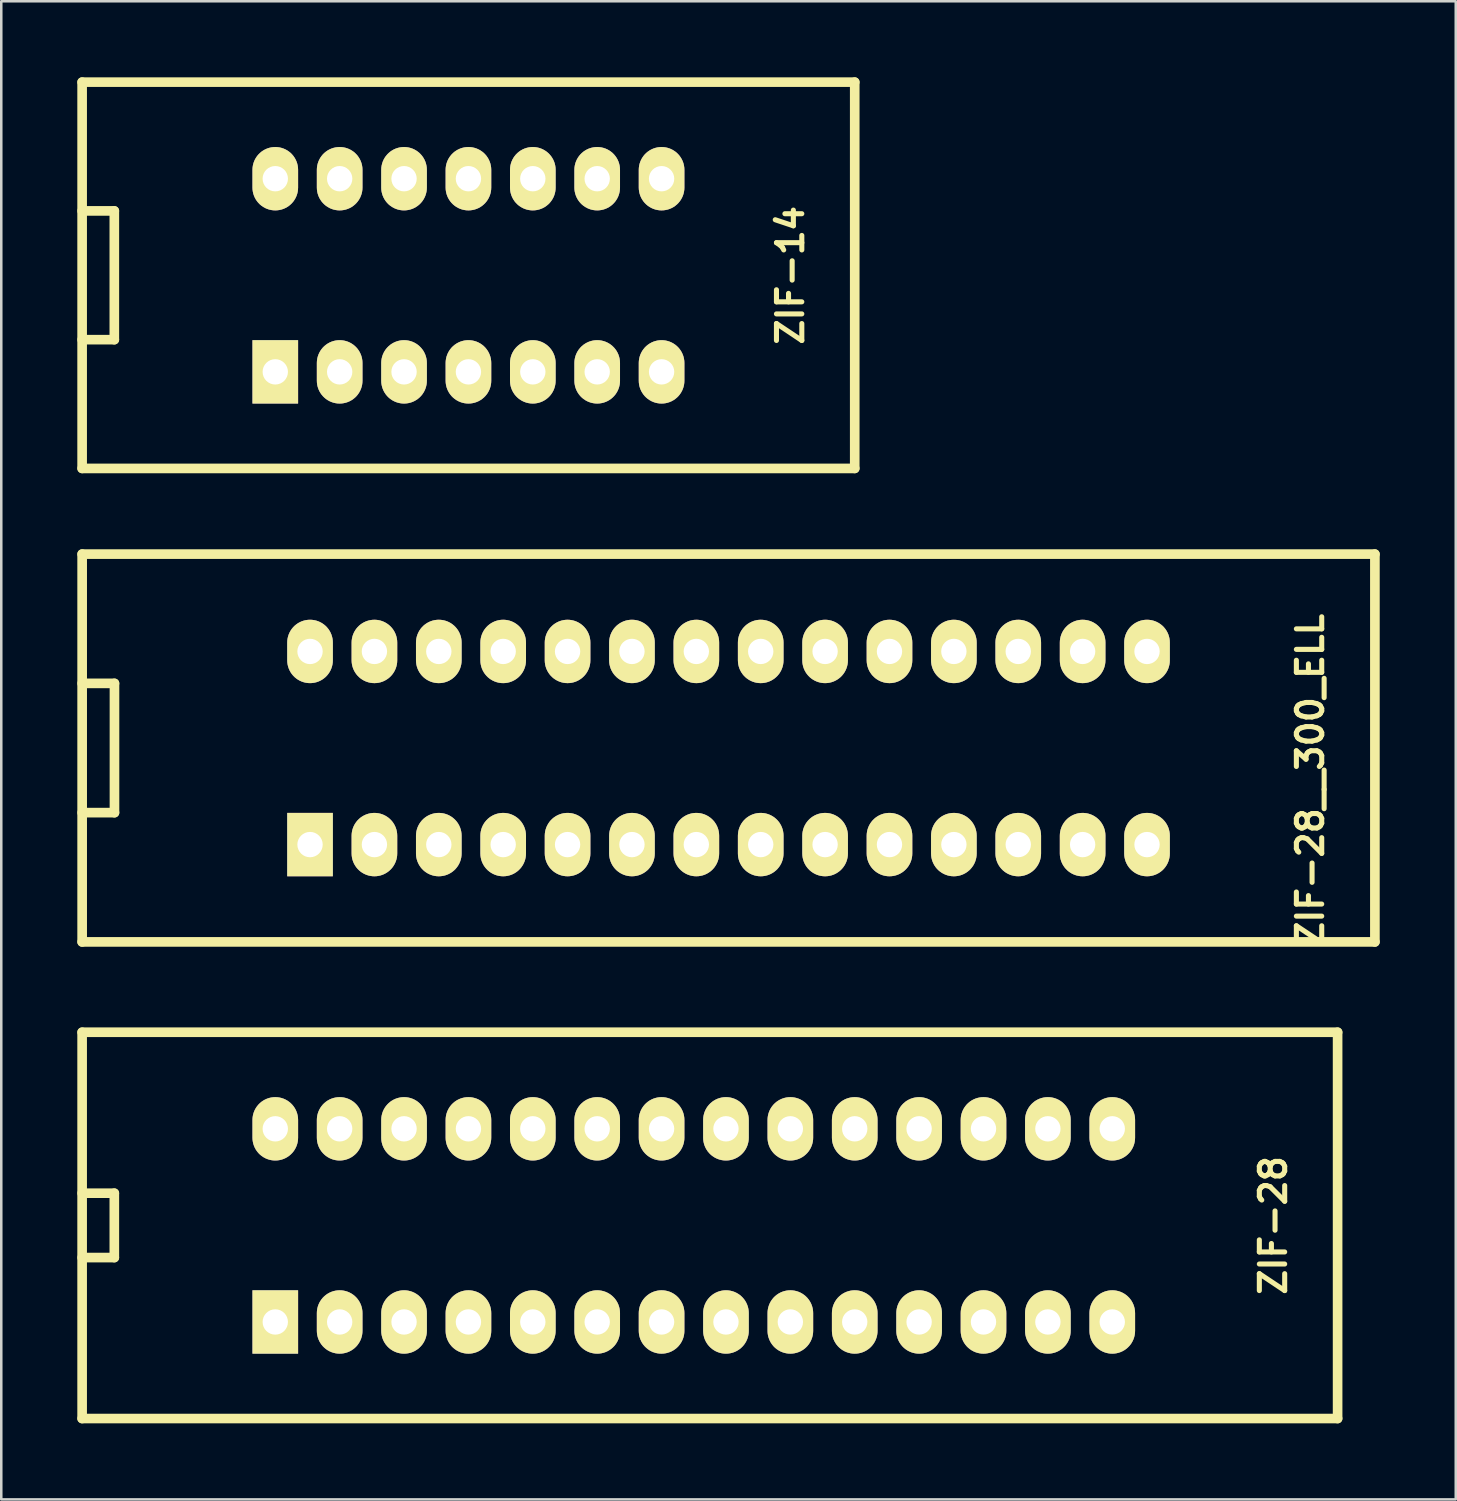
<source format=kicad_pcb>
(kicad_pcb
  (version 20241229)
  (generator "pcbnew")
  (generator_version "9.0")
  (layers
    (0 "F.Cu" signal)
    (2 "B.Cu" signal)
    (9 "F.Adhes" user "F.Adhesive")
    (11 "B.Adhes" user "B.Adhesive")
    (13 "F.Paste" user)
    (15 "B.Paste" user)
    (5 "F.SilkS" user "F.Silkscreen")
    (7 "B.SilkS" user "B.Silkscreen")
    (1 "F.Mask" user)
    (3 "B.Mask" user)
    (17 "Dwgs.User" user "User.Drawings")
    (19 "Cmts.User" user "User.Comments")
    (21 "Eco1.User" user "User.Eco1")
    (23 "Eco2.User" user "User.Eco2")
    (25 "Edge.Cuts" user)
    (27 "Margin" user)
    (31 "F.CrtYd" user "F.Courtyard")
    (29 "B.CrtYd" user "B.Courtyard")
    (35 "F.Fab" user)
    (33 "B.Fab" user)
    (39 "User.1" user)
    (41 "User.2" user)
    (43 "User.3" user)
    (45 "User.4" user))
  (footprint "ZIF-14"
    (layer "F.Cu")
    (at 15.43 7.81)
    (property "Reference" "ZIF-14" (at 12.7 0 90) (layer "F.SilkS") (effects (font (size 1 1) (thickness 0.2))))
    (attr through_hole)
    (fp_line (start -15.24 -7.62) (end 15.24 -7.62) (stroke (width 0.38) (type solid)) (layer "F.SilkS"))
    (fp_line (start -15.24 -2.54) (end -13.97 -2.54) (stroke (width 0.38) (type solid)) (layer "F.SilkS"))
    (fp_line (start -15.24 7.62) (end -15.24 -7.62) (stroke (width 0.38) (type solid)) (layer "F.SilkS"))
    (fp_line (start -13.97 -2.54) (end -13.97 2.54) (stroke (width 0.38) (type solid)) (layer "F.SilkS"))
    (fp_line (start -13.97 2.54) (end -15.24 2.54) (stroke (width 0.38) (type solid)) (layer "F.SilkS"))
    (fp_line (start 15.24 -7.62) (end 15.24 7.62) (stroke (width 0.38) (type solid)) (layer "F.SilkS"))
    (fp_line (start 15.24 7.62) (end -15.24 7.62) (stroke (width 0.38) (type solid)) (layer "F.SilkS"))
    (pad "1" thru_hole rect (at -7.62 3.81) (size 1.8 2.5) (drill 1) (layers "*.Cu" "*.Mask" "F.SilkS"))
    (pad "2" thru_hole oval (at -5.08 3.81) (size 1.8 2.5) (drill 1) (layers "*.Cu" "*.Mask" "F.SilkS"))
    (pad "3" thru_hole oval (at -2.54 3.81) (size 1.8 2.5) (drill 1) (layers "*.Cu" "*.Mask" "F.SilkS"))
    (pad "4" thru_hole oval (at 0 3.81) (size 1.8 2.5) (drill 1) (layers "*.Cu" "*.Mask" "F.SilkS"))
    (pad "5" thru_hole oval (at 2.54 3.81) (size 1.8 2.5) (drill 1) (layers "*.Cu" "*.Mask" "F.SilkS"))
    (pad "6" thru_hole oval (at 5.08 3.81) (size 1.8 2.5) (drill 1) (layers "*.Cu" "*.Mask" "F.SilkS"))
    (pad "7" thru_hole oval (at 7.62 3.81) (size 1.8 2.5) (drill 1) (layers "*.Cu" "*.Mask" "F.SilkS"))
    (pad "8" thru_hole oval (at 7.62 -3.81) (size 1.8 2.5) (drill 1) (layers "*.Cu" "*.Mask" "F.SilkS"))
    (pad "9" thru_hole oval (at 5.08 -3.81) (size 1.8 2.5) (drill 1) (layers "*.Cu" "*.Mask" "F.SilkS"))
    (pad "10" thru_hole oval (at 2.54 -3.81) (size 1.8 2.5) (drill 1) (layers "*.Cu" "*.Mask" "F.SilkS"))
    (pad "11" thru_hole oval (at 0 -3.81) (size 1.8 2.5) (drill 1) (layers "*.Cu" "*.Mask" "F.SilkS"))
    (pad "12" thru_hole oval (at -2.54 -3.81) (size 1.8 2.5) (drill 1) (layers "*.Cu" "*.Mask" "F.SilkS"))
    (pad "13" thru_hole oval (at -5.08 -3.81) (size 1.8 2.5) (drill 1) (layers "*.Cu" "*.Mask" "F.SilkS"))
    (pad "14" thru_hole oval (at -7.62 -3.81) (size 1.8 2.5) (drill 1) (layers "*.Cu" "*.Mask" "F.SilkS")))
  (footprint "ZIF-28__300_ELL"
    (layer "F.Cu")
    (at 25.691 26.46)
    (property "Reference" "ZIF-28__300_ELL" (at 22.95 1.275 90) (layer "F.SilkS") (effects (font (size 1 1) (thickness 0.2))))
    (attr through_hole)
    (fp_line (start -25.5 -7.65) (end 25.5 -7.65) (stroke (width 0.381) (type solid)) (layer "F.SilkS"))
    (fp_line (start -25.5 -2.55) (end -24.225 -2.55) (stroke (width 0.381) (type solid)) (layer "F.SilkS"))
    (fp_line (start -25.5 7.65) (end -25.5 -7.65) (stroke (width 0.381) (type solid)) (layer "F.SilkS"))
    (fp_line (start -24.225 -2.55) (end -24.225 2.55) (stroke (width 0.381) (type solid)) (layer "F.SilkS"))
    (fp_line (start -24.225 2.55) (end -25.5 2.55) (stroke (width 0.381) (type solid)) (layer "F.SilkS"))
    (fp_line (start 25.5 -7.65) (end 25.5 7.65) (stroke (width 0.381) (type solid)) (layer "F.SilkS"))
    (fp_line (start 25.5 7.65) (end -25.5 7.65) (stroke (width 0.381) (type solid)) (layer "F.SilkS"))
    (pad "1" thru_hole rect (at -16.51 3.81) (size 1.8 2.5) (drill 1) (layers "*.Cu" "*.Mask" "F.SilkS"))
    (pad "2" thru_hole oval (at -13.97 3.81) (size 1.8 2.5) (drill 1) (layers "*.Cu" "*.Mask" "F.SilkS"))
    (pad "3" thru_hole oval (at -11.43 3.81) (size 1.8 2.5) (drill 1) (layers "*.Cu" "*.Mask" "F.SilkS"))
    (pad "4" thru_hole oval (at -8.89 3.81) (size 1.8 2.5) (drill 1) (layers "*.Cu" "*.Mask" "F.SilkS"))
    (pad "5" thru_hole oval (at -6.35 3.81) (size 1.8 2.5) (drill 1) (layers "*.Cu" "*.Mask" "F.SilkS"))
    (pad "6" thru_hole oval (at -3.81 3.81) (size 1.8 2.5) (drill 1) (layers "*.Cu" "*.Mask" "F.SilkS"))
    (pad "7" thru_hole oval (at -1.27 3.81) (size 1.8 2.5) (drill 1) (layers "*.Cu" "*.Mask" "F.SilkS"))
    (pad "8" thru_hole oval (at 1.27 3.81) (size 1.8 2.5) (drill 1) (layers "*.Cu" "*.Mask" "F.SilkS"))
    (pad "9" thru_hole oval (at 3.81 3.81) (size 1.8 2.5) (drill 1) (layers "*.Cu" "*.Mask" "F.SilkS"))
    (pad "10" thru_hole oval (at 6.35 3.81) (size 1.8 2.5) (drill 1) (layers "*.Cu" "*.Mask" "F.SilkS"))
    (pad "11" thru_hole oval (at 8.89 3.81) (size 1.8 2.5) (drill 1) (layers "*.Cu" "*.Mask" "F.SilkS"))
    (pad "12" thru_hole oval (at 11.43 3.81) (size 1.8 2.5) (drill 1) (layers "*.Cu" "*.Mask" "F.SilkS"))
    (pad "13" thru_hole oval (at 13.97 3.81) (size 1.8 2.5) (drill 1) (layers "*.Cu" "*.Mask" "F.SilkS"))
    (pad "14" thru_hole oval (at 16.51 3.81) (size 1.8 2.5) (drill 1) (layers "*.Cu" "*.Mask" "F.SilkS"))
    (pad "15" thru_hole oval (at 16.51 -3.81) (size 1.8 2.5) (drill 1) (layers "*.Cu" "*.Mask" "F.SilkS"))
    (pad "16" thru_hole oval (at 13.97 -3.81) (size 1.8 2.5) (drill 1) (layers "*.Cu" "*.Mask" "F.SilkS"))
    (pad "17" thru_hole oval (at 11.43 -3.81) (size 1.8 2.5) (drill 1) (layers "*.Cu" "*.Mask" "F.SilkS"))
    (pad "18" thru_hole oval (at 8.89 -3.81) (size 1.8 2.5) (drill 1) (layers "*.Cu" "*.Mask" "F.SilkS"))
    (pad "19" thru_hole oval (at 6.35 -3.81) (size 1.8 2.5) (drill 1) (layers "*.Cu" "*.Mask" "F.SilkS"))
    (pad "20" thru_hole oval (at 3.81 -3.81) (size 1.8 2.5) (drill 1) (layers "*.Cu" "*.Mask" "F.SilkS"))
    (pad "21" thru_hole oval (at 1.27 -3.81) (size 1.8 2.5) (drill 1) (layers "*.Cu" "*.Mask" "F.SilkS"))
    (pad "22" thru_hole oval (at -1.27 -3.81) (size 1.8 2.5) (drill 1) (layers "*.Cu" "*.Mask" "F.SilkS"))
    (pad "23" thru_hole oval (at -3.81 -3.81) (size 1.8 2.5) (drill 1) (layers "*.Cu" "*.Mask" "F.SilkS"))
    (pad "24" thru_hole oval (at -6.35 -3.81) (size 1.8 2.5) (drill 1) (layers "*.Cu" "*.Mask" "F.SilkS"))
    (pad "25" thru_hole oval (at -8.89 -3.81) (size 1.8 2.5) (drill 1) (layers "*.Cu" "*.Mask" "F.SilkS"))
    (pad "26" thru_hole oval (at -11.43 -3.81) (size 1.8 2.5) (drill 1) (layers "*.Cu" "*.Mask" "F.SilkS"))
    (pad "27" thru_hole oval (at -13.97 -3.81) (size 1.8 2.5) (drill 1) (layers "*.Cu" "*.Mask" "F.SilkS"))
    (pad "28" thru_hole oval (at -16.51 -3.81) (size 1.8 2.5) (drill 1) (layers "*.Cu" "*.Mask" "F.SilkS")))
  (footprint "ZIF-28"
    (layer "F.Cu")
    (at 24.32 45.293)
    (property "Reference" "ZIF-28" (at 22.86 0 90) (layer "F.SilkS") (effects (font (size 1 1) (thickness 0.2))))
    (attr through_hole)
    (fp_line (start -24.13 -7.62) (end 25.4 -7.62) (stroke (width 0.38) (type solid)) (layer "F.SilkS"))
    (fp_line (start -24.13 -1.27) (end -22.86 -1.27) (stroke (width 0.38) (type solid)) (layer "F.SilkS"))
    (fp_line (start -24.13 7.62) (end -24.13 -7.62) (stroke (width 0.38) (type solid)) (layer "F.SilkS"))
    (fp_line (start -22.86 -1.27) (end -22.86 1.27) (stroke (width 0.38) (type solid)) (layer "F.SilkS"))
    (fp_line (start -22.86 1.27) (end -24.13 1.27) (stroke (width 0.38) (type solid)) (layer "F.SilkS"))
    (fp_line (start 25.4 -7.62) (end 25.4 7.62) (stroke (width 0.38) (type solid)) (layer "F.SilkS"))
    (fp_line (start 25.4 7.62) (end -24.13 7.62) (stroke (width 0.38) (type solid)) (layer "F.SilkS"))
    (pad "1" thru_hole rect (at -16.51 3.81) (size 1.8 2.5) (drill 1) (layers "*.Cu" "*.Mask" "F.SilkS"))
    (pad "2" thru_hole oval (at -13.97 3.81) (size 1.8 2.5) (drill 1) (layers "*.Cu" "*.Mask" "F.SilkS"))
    (pad "3" thru_hole oval (at -11.43 3.81) (size 1.8 2.5) (drill 1) (layers "*.Cu" "*.Mask" "F.SilkS"))
    (pad "4" thru_hole oval (at -8.89 3.81) (size 1.8 2.5) (drill 1) (layers "*.Cu" "*.Mask" "F.SilkS"))
    (pad "5" thru_hole oval (at -6.35 3.81) (size 1.8 2.5) (drill 1) (layers "*.Cu" "*.Mask" "F.SilkS"))
    (pad "6" thru_hole oval (at -3.81 3.81) (size 1.8 2.5) (drill 1) (layers "*.Cu" "*.Mask" "F.SilkS"))
    (pad "7" thru_hole oval (at -1.27 3.81) (size 1.8 2.5) (drill 1) (layers "*.Cu" "*.Mask" "F.SilkS"))
    (pad "8" thru_hole oval (at 1.27 3.81) (size 1.8 2.5) (drill 1) (layers "*.Cu" "*.Mask" "F.SilkS"))
    (pad "9" thru_hole oval (at 3.81 3.81) (size 1.8 2.5) (drill 1) (layers "*.Cu" "*.Mask" "F.SilkS"))
    (pad "10" thru_hole oval (at 6.35 3.81) (size 1.8 2.5) (drill 1) (layers "*.Cu" "*.Mask" "F.SilkS"))
    (pad "11" thru_hole oval (at 8.89 3.81) (size 1.8 2.5) (drill 1) (layers "*.Cu" "*.Mask" "F.SilkS"))
    (pad "12" thru_hole oval (at 11.43 3.81) (size 1.8 2.5) (drill 1) (layers "*.Cu" "*.Mask" "F.SilkS"))
    (pad "13" thru_hole oval (at 13.97 3.81) (size 1.8 2.5) (drill 1) (layers "*.Cu" "*.Mask" "F.SilkS"))
    (pad "14" thru_hole oval (at 16.51 3.81) (size 1.8 2.5) (drill 1) (layers "*.Cu" "*.Mask" "F.SilkS"))
    (pad "15" thru_hole oval (at 16.51 -3.81) (size 1.8 2.5) (drill 1) (layers "*.Cu" "*.Mask" "F.SilkS"))
    (pad "16" thru_hole oval (at 13.97 -3.81) (size 1.8 2.5) (drill 1) (layers "*.Cu" "*.Mask" "F.SilkS"))
    (pad "17" thru_hole oval (at 11.43 -3.81) (size 1.8 2.5) (drill 1) (layers "*.Cu" "*.Mask" "F.SilkS"))
    (pad "18" thru_hole oval (at 8.89 -3.81) (size 1.8 2.5) (drill 1) (layers "*.Cu" "*.Mask" "F.SilkS"))
    (pad "19" thru_hole oval (at 6.35 -3.81) (size 1.8 2.5) (drill 1) (layers "*.Cu" "*.Mask" "F.SilkS"))
    (pad "20" thru_hole oval (at 3.81 -3.81) (size 1.8 2.5) (drill 1) (layers "*.Cu" "*.Mask" "F.SilkS"))
    (pad "21" thru_hole oval (at 1.27 -3.81) (size 1.8 2.5) (drill 1) (layers "*.Cu" "*.Mask" "F.SilkS"))
    (pad "22" thru_hole oval (at -1.27 -3.81) (size 1.8 2.5) (drill 1) (layers "*.Cu" "*.Mask" "F.SilkS"))
    (pad "23" thru_hole oval (at -3.81 -3.81) (size 1.8 2.5) (drill 1) (layers "*.Cu" "*.Mask" "F.SilkS"))
    (pad "24" thru_hole oval (at -6.35 -3.81) (size 1.8 2.5) (drill 1) (layers "*.Cu" "*.Mask" "F.SilkS"))
    (pad "25" thru_hole oval (at -8.89 -3.81) (size 1.8 2.5) (drill 1) (layers "*.Cu" "*.Mask" "F.SilkS"))
    (pad "26" thru_hole oval (at -11.43 -3.81) (size 1.8 2.5) (drill 1) (layers "*.Cu" "*.Mask" "F.SilkS"))
    (pad "27" thru_hole oval (at -13.97 -3.81) (size 1.8 2.5) (drill 1) (layers "*.Cu" "*.Mask" "F.SilkS"))
    (pad "28" thru_hole oval (at -16.51 -3.81) (size 1.8 2.5) (drill 1) (layers "*.Cu" "*.Mask" "F.SilkS")))
  (gr_rect
    (start -3 -3)
    (end 54.381 56.103)
    (stroke (width 0.1) (type default))
    (fill no)
    (layer "Edge.Cuts")))
</source>
